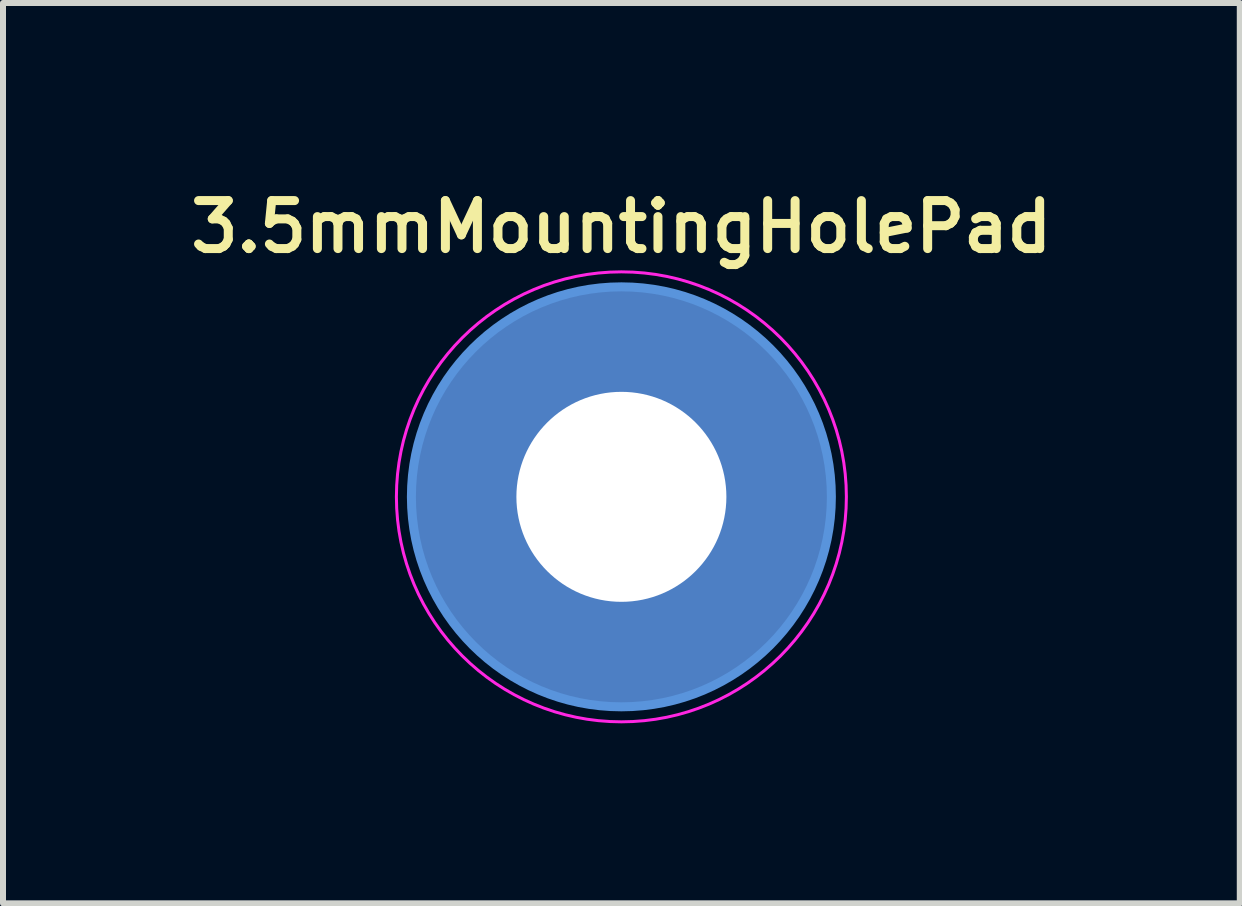
<source format=kicad_pcb>
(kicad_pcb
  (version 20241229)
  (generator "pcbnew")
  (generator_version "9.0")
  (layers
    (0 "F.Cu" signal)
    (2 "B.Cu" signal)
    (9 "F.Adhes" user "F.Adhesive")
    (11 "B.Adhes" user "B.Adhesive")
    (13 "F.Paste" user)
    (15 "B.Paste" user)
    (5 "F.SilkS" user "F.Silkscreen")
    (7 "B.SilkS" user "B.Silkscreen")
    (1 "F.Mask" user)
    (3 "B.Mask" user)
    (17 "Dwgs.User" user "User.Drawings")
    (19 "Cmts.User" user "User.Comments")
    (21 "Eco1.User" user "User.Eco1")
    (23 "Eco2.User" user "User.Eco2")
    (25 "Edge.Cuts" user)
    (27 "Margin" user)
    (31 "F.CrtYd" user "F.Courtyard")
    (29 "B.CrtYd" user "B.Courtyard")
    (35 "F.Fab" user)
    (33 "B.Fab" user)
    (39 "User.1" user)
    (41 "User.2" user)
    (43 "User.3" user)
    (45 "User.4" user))
  (footprint "3.5mmMountingHolePad"
    (layer "F.Cu")
    (at 7.307 5.231)
    (property "Reference" "3.5mmMountingHolePad" (at 0 -4.5 0) (layer "F.SilkS") (effects (font (size 0.8 0.8) (thickness 0.15))))
    (attr exclude_from_pos_files exclude_from_bom)
    (fp_circle (center 0 0) (end 3.5 0) (stroke (width 0.15) (type solid)) (fill no) (layer "Cmts.User"))
    (fp_circle (center 0 0) (end 3.75 0) (stroke (width 0.05) (type solid)) (fill no) (layer "F.CrtYd"))
    (pad "" thru_hole circle (at 0 0) (size 7 7) (drill 3.5) (layers "*.Cu" "*.Mask")))
  (gr_rect
    (start -3 -3)
    (end 17.614 12.006)
    (stroke (width 0.1) (type default))
    (fill no)
    (layer "Edge.Cuts")))
</source>
